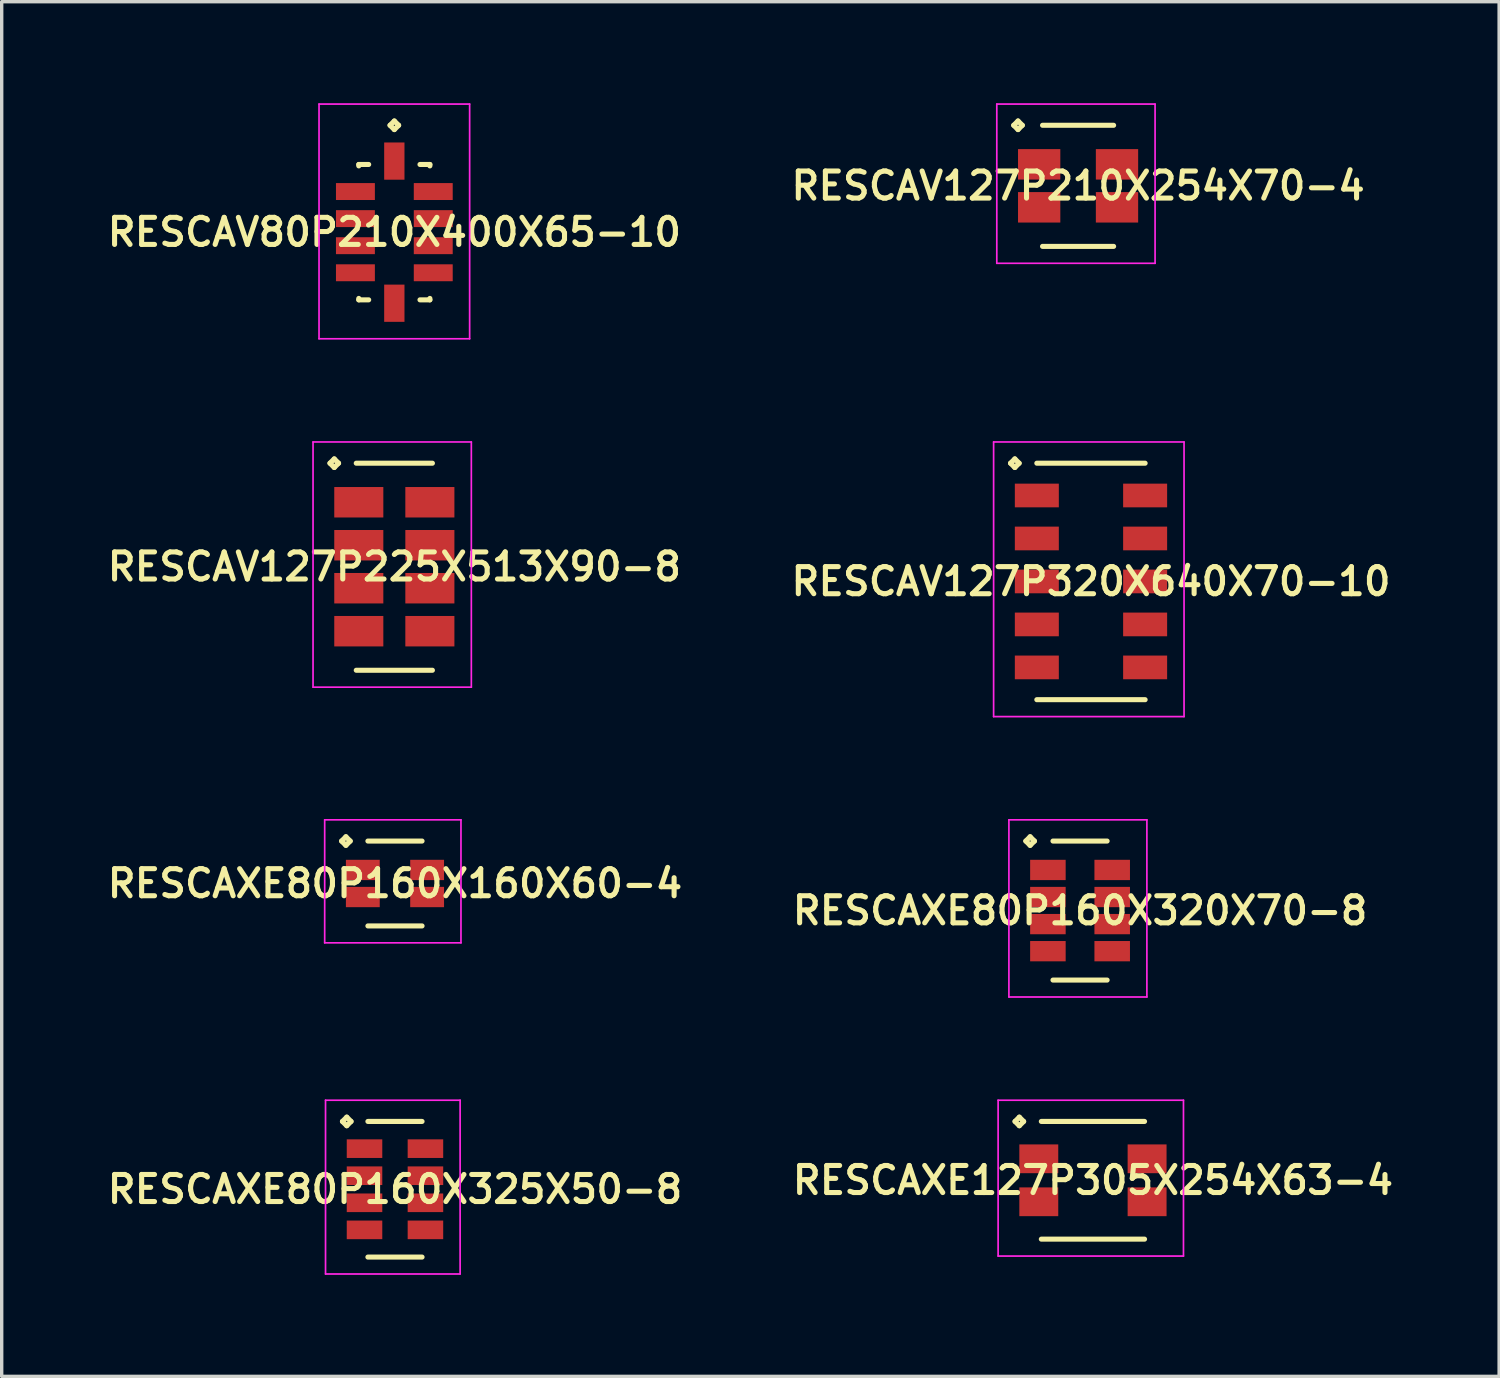
<source format=kicad_pcb>
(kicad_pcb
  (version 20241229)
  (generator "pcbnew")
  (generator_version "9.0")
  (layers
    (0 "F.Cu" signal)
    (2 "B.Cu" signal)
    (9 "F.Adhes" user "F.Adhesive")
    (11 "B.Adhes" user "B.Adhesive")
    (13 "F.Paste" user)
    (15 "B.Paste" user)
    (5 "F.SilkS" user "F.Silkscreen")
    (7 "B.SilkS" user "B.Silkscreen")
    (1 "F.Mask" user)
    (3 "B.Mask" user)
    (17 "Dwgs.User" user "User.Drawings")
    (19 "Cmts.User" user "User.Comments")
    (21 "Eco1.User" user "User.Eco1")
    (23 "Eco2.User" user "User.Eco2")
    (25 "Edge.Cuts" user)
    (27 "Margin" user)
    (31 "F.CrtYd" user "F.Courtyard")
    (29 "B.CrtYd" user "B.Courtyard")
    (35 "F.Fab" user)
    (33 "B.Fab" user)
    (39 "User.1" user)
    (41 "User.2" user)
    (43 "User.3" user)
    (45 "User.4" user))
  (footprint "RESCAXE80P160X320X70-8"
    (layer "F.Cu")
    (at 28.864 23.856)
    (property "Reference" "RESCAXE80P160X320X70-8" (at 0 0 0) (layer "F.SilkS") (effects (font (size 0.8 0.8) (thickness 0.15))))
    (attr smd)
    (fp_line (start -1.602 -2.054) (end -1.475 -2.181) (stroke (width 0.15) (type solid)) (layer "F.SilkS"))
    (fp_line (start -1.475 -2.181) (end -1.348 -2.054) (stroke (width 0.15) (type solid)) (layer "F.SilkS"))
    (fp_line (start -1.475 -1.927) (end -1.602 -2.054) (stroke (width 0.15) (type solid)) (layer "F.SilkS"))
    (fp_line (start -1.348 -2.054) (end -1.475 -1.927) (stroke (width 0.15) (type solid)) (layer "F.SilkS"))
    (fp_line (start -0.8 -2.054) (end 0.8 -2.054) (stroke (width 0.15) (type solid)) (layer "F.SilkS"))
    (fp_line (start -0.8 2.054) (end 0.8 2.054) (stroke (width 0.15) (type solid)) (layer "F.SilkS"))
    (fp_line (start -2.102 -2.681) (end 1.975 -2.681) (stroke (width 0.05) (type solid)) (layer "F.CrtYd"))
    (fp_line (start -2.102 2.554) (end -2.102 -2.681) (stroke (width 0.05) (type solid)) (layer "F.CrtYd"))
    (fp_line (start 1.975 -2.681) (end 1.975 2.554) (stroke (width 0.05) (type solid)) (layer "F.CrtYd"))
    (fp_line (start 1.975 2.554) (end -2.102 2.554) (stroke (width 0.05) (type solid)) (layer "F.CrtYd"))
    (pad "1" smd rect (at -0.95 -1.2) (size 1.05 0.6) (layers "F.Cu" "F.Mask" "F.Paste"))
    (pad "2" smd rect (at -0.95 -0.4) (size 1.05 0.6) (layers "F.Cu" "F.Mask" "F.Paste"))
    (pad "3" smd rect (at -0.95 0.4) (size 1.05 0.6) (layers "F.Cu" "F.Mask" "F.Paste"))
    (pad "4" smd rect (at -0.95 1.2) (size 1.05 0.6) (layers "F.Cu" "F.Mask" "F.Paste"))
    (pad "5" smd rect (at 0.95 1.2) (size 1.05 0.6) (layers "F.Cu" "F.Mask" "F.Paste"))
    (pad "6" smd rect (at 0.95 0.4) (size 1.05 0.6) (layers "F.Cu" "F.Mask" "F.Paste"))
    (pad "7" smd rect (at 0.95 -0.4) (size 1.05 0.6) (layers "F.Cu" "F.Mask" "F.Paste"))
    (pad "8" smd rect (at 0.95 -1.2) (size 1.05 0.6) (layers "F.Cu" "F.Mask" "F.Paste")))
  (footprint "RESCAV80P210X400X65-10"
    (layer "F.Cu")
    (at 8.602 3.81)
    (property "Reference" "RESCAV80P210X400X65-10" (at 0 0 0) (layer "F.SilkS") (effects (font (size 0.8 0.8) (thickness 0.15))))
    (attr smd)
    (fp_line (start -1.05 -2) (end -0.758 -2) (stroke (width 0.15) (type solid)) (layer "F.SilkS"))
    (fp_line (start -1.05 -1.958) (end -1.05 -2) (stroke (width 0.15) (type solid)) (layer "F.SilkS"))
    (fp_line (start -1.05 1.958) (end -1.05 2) (stroke (width 0.15) (type solid)) (layer "F.SilkS"))
    (fp_line (start -1.05 2) (end -0.758 2) (stroke (width 0.15) (type solid)) (layer "F.SilkS"))
    (fp_line (start -0.127 -3.158) (end 0 -3.285) (stroke (width 0.15) (type solid)) (layer "F.SilkS"))
    (fp_line (start 0 -3.285) (end 0.127 -3.158) (stroke (width 0.15) (type solid)) (layer "F.SilkS"))
    (fp_line (start 0 -3.031) (end -0.127 -3.158) (stroke (width 0.15) (type solid)) (layer "F.SilkS"))
    (fp_line (start 0.127 -3.158) (end 0 -3.031) (stroke (width 0.15) (type solid)) (layer "F.SilkS"))
    (fp_line (start 1.05 -2) (end 0.758 -2) (stroke (width 0.15) (type solid)) (layer "F.SilkS"))
    (fp_line (start 1.05 -1.958) (end 1.05 -2) (stroke (width 0.15) (type solid)) (layer "F.SilkS"))
    (fp_line (start 1.05 1.958) (end 1.05 2) (stroke (width 0.15) (type solid)) (layer "F.SilkS"))
    (fp_line (start 1.05 2) (end 0.758 2) (stroke (width 0.15) (type solid)) (layer "F.SilkS"))
    (fp_line (start -2.225 -3.785) (end 2.225 -3.785) (stroke (width 0.05) (type solid)) (layer "F.CrtYd"))
    (fp_line (start -2.225 3.15) (end -2.225 -3.785) (stroke (width 0.05) (type solid)) (layer "F.CrtYd"))
    (fp_line (start 2.225 -3.785) (end 2.225 3.15) (stroke (width 0.05) (type solid)) (layer "F.CrtYd"))
    (fp_line (start 2.225 3.15) (end -2.225 3.15) (stroke (width 0.05) (type solid)) (layer "F.CrtYd"))
    (pad "1" smd rect (at 0 -2.1) (size 0.6 1.1) (layers "F.Cu" "F.Mask" "F.Paste"))
    (pad "2" smd rect (at -1.15 -1.2) (size 1.15 0.5) (layers "F.Cu" "F.Mask" "F.Paste"))
    (pad "3" smd rect (at -1.15 -0.4) (size 1.15 0.5) (layers "F.Cu" "F.Mask" "F.Paste"))
    (pad "4" smd rect (at -1.15 0.4) (size 1.15 0.5) (layers "F.Cu" "F.Mask" "F.Paste"))
    (pad "5" smd rect (at -1.15 1.2) (size 1.15 0.5) (layers "F.Cu" "F.Mask" "F.Paste"))
    (pad "6" smd rect (at 0 2.1) (size 0.6 1.1) (layers "F.Cu" "F.Mask" "F.Paste"))
    (pad "7" smd rect (at 1.15 1.2) (size 1.15 0.5) (layers "F.Cu" "F.Mask" "F.Paste"))
    (pad "8" smd rect (at 1.15 0.4) (size 1.15 0.5) (layers "F.Cu" "F.Mask" "F.Paste"))
    (pad "9" smd rect (at 1.15 -0.4) (size 1.15 0.5) (layers "F.Cu" "F.Mask" "F.Paste"))
    (pad "10" smd rect (at 1.15 -1.2) (size 1.15 0.5) (layers "F.Cu" "F.Mask" "F.Paste")))
  (footprint "RESCAV127P320X640X70-10"
    (layer "F.Cu")
    (at 29.187 14.131)
    (property "Reference" "RESCAV127P320X640X70-10" (at 0 0 0) (layer "F.SilkS") (effects (font (size 0.8 0.8) (thickness 0.15))))
    (attr smd)
    (fp_line (start -2.377 -3.494) (end -2.25 -3.621) (stroke (width 0.15) (type solid)) (layer "F.SilkS"))
    (fp_line (start -2.25 -3.621) (end -2.123 -3.494) (stroke (width 0.15) (type solid)) (layer "F.SilkS"))
    (fp_line (start -2.25 -3.367) (end -2.377 -3.494) (stroke (width 0.15) (type solid)) (layer "F.SilkS"))
    (fp_line (start -2.123 -3.494) (end -2.25 -3.367) (stroke (width 0.15) (type solid)) (layer "F.SilkS"))
    (fp_line (start -1.6 -3.494) (end 1.6 -3.494) (stroke (width 0.15) (type solid)) (layer "F.SilkS"))
    (fp_line (start -1.6 3.494) (end 1.6 3.494) (stroke (width 0.15) (type solid)) (layer "F.SilkS"))
    (fp_line (start -2.877 -4.121) (end 2.75 -4.121) (stroke (width 0.05) (type solid)) (layer "F.CrtYd"))
    (fp_line (start -2.877 3.994) (end -2.877 -4.121) (stroke (width 0.05) (type solid)) (layer "F.CrtYd"))
    (fp_line (start 2.75 -4.121) (end 2.75 3.994) (stroke (width 0.05) (type solid)) (layer "F.CrtYd"))
    (fp_line (start 2.75 3.994) (end -2.877 3.994) (stroke (width 0.05) (type solid)) (layer "F.CrtYd"))
    (pad "1" smd rect (at -1.6 -2.54) (size 1.3 0.7) (layers "F.Cu" "F.Mask" "F.Paste"))
    (pad "2" smd rect (at -1.6 -1.27) (size 1.3 0.7) (layers "F.Cu" "F.Mask" "F.Paste"))
    (pad "3" smd rect (at -1.6 0) (size 1.3 0.7) (layers "F.Cu" "F.Mask" "F.Paste"))
    (pad "4" smd rect (at -1.6 1.27) (size 1.3 0.7) (layers "F.Cu" "F.Mask" "F.Paste"))
    (pad "5" smd rect (at -1.6 2.54) (size 1.3 0.7) (layers "F.Cu" "F.Mask" "F.Paste"))
    (pad "6" smd rect (at 1.6 2.54) (size 1.3 0.7) (layers "F.Cu" "F.Mask" "F.Paste"))
    (pad "7" smd rect (at 1.6 1.27) (size 1.3 0.7) (layers "F.Cu" "F.Mask" "F.Paste"))
    (pad "8" smd rect (at 1.6 0) (size 1.3 0.7) (layers "F.Cu" "F.Mask" "F.Paste"))
    (pad "9" smd rect (at 1.6 -1.27) (size 1.3 0.7) (layers "F.Cu" "F.Mask" "F.Paste"))
    (pad "10" smd rect (at 1.6 -2.54) (size 1.3 0.7) (layers "F.Cu" "F.Mask" "F.Paste")))
  (footprint "RESCAXE80P160X325X50-8"
    (layer "F.Cu")
    (at 8.621 32.091)
    (property "Reference" "RESCAXE80P160X325X50-8" (at 0 0 0) (layer "F.SilkS") (effects (font (size 0.8 0.8) (thickness 0.15))))
    (attr smd)
    (fp_line (start -1.552 -2.004) (end -1.425 -2.131) (stroke (width 0.15) (type solid)) (layer "F.SilkS"))
    (fp_line (start -1.425 -2.131) (end -1.298 -2.004) (stroke (width 0.15) (type solid)) (layer "F.SilkS"))
    (fp_line (start -1.425 -1.877) (end -1.552 -2.004) (stroke (width 0.15) (type solid)) (layer "F.SilkS"))
    (fp_line (start -1.298 -2.004) (end -1.425 -1.877) (stroke (width 0.15) (type solid)) (layer "F.SilkS"))
    (fp_line (start -0.8 -2.004) (end 0.8 -2.004) (stroke (width 0.15) (type solid)) (layer "F.SilkS"))
    (fp_line (start -0.8 2.004) (end 0.8 2.004) (stroke (width 0.15) (type solid)) (layer "F.SilkS"))
    (fp_line (start -2.052 -2.631) (end 1.925 -2.631) (stroke (width 0.05) (type solid)) (layer "F.CrtYd"))
    (fp_line (start -2.052 2.504) (end -2.052 -2.631) (stroke (width 0.05) (type solid)) (layer "F.CrtYd"))
    (fp_line (start 1.925 -2.631) (end 1.925 2.504) (stroke (width 0.05) (type solid)) (layer "F.CrtYd"))
    (fp_line (start 1.925 2.504) (end -2.052 2.504) (stroke (width 0.05) (type solid)) (layer "F.CrtYd"))
    (pad "1" smd rect (at -0.9 -1.2) (size 1.05 0.55) (layers "F.Cu" "F.Mask" "F.Paste"))
    (pad "2" smd rect (at -0.9 -0.4) (size 1.05 0.55) (layers "F.Cu" "F.Mask" "F.Paste"))
    (pad "3" smd rect (at -0.9 0.4) (size 1.05 0.55) (layers "F.Cu" "F.Mask" "F.Paste"))
    (pad "4" smd rect (at -0.9 1.2) (size 1.05 0.55) (layers "F.Cu" "F.Mask" "F.Paste"))
    (pad "5" smd rect (at 0.9 1.2) (size 1.05 0.55) (layers "F.Cu" "F.Mask" "F.Paste"))
    (pad "6" smd rect (at 0.9 0.4) (size 1.05 0.55) (layers "F.Cu" "F.Mask" "F.Paste"))
    (pad "7" smd rect (at 0.9 -0.4) (size 1.05 0.55) (layers "F.Cu" "F.Mask" "F.Paste"))
    (pad "8" smd rect (at 0.9 -1.2) (size 1.05 0.55) (layers "F.Cu" "F.Mask" "F.Paste")))
  (footprint "RESCAV127P225X513X90-8"
    (layer "F.Cu")
    (at 8.602 13.696)
    (property "Reference" "RESCAV127P225X513X90-8" (at 0 0 0) (layer "F.SilkS") (effects (font (size 0.8 0.8) (thickness 0.15))))
    (attr smd)
    (fp_line (start -1.902 -3.059) (end -1.775 -3.186) (stroke (width 0.15) (type solid)) (layer "F.SilkS"))
    (fp_line (start -1.775 -3.186) (end -1.648 -3.059) (stroke (width 0.15) (type solid)) (layer "F.SilkS"))
    (fp_line (start -1.775 -2.932) (end -1.902 -3.059) (stroke (width 0.15) (type solid)) (layer "F.SilkS"))
    (fp_line (start -1.648 -3.059) (end -1.775 -2.932) (stroke (width 0.15) (type solid)) (layer "F.SilkS"))
    (fp_line (start -1.125 -3.059) (end 1.125 -3.059) (stroke (width 0.15) (type solid)) (layer "F.SilkS"))
    (fp_line (start -1.125 3.059) (end 1.125 3.059) (stroke (width 0.15) (type solid)) (layer "F.SilkS"))
    (fp_line (start -2.402 -3.686) (end 2.275 -3.686) (stroke (width 0.05) (type solid)) (layer "F.CrtYd"))
    (fp_line (start -2.402 3.559) (end -2.402 -3.686) (stroke (width 0.05) (type solid)) (layer "F.CrtYd"))
    (fp_line (start 2.275 -3.686) (end 2.275 3.559) (stroke (width 0.05) (type solid)) (layer "F.CrtYd"))
    (fp_line (start 2.275 3.559) (end -2.402 3.559) (stroke (width 0.05) (type solid)) (layer "F.CrtYd"))
    (pad "1" smd rect (at -1.05 -1.905) (size 1.45 0.9) (layers "F.Cu" "F.Mask" "F.Paste"))
    (pad "2" smd rect (at -1.05 -0.635) (size 1.45 0.9) (layers "F.Cu" "F.Mask" "F.Paste"))
    (pad "3" smd rect (at -1.05 0.635) (size 1.45 0.9) (layers "F.Cu" "F.Mask" "F.Paste"))
    (pad "4" smd rect (at -1.05 1.905) (size 1.45 0.9) (layers "F.Cu" "F.Mask" "F.Paste"))
    (pad "5" smd rect (at 1.05 1.905) (size 1.45 0.9) (layers "F.Cu" "F.Mask" "F.Paste"))
    (pad "6" smd rect (at 1.05 0.635) (size 1.45 0.9) (layers "F.Cu" "F.Mask" "F.Paste"))
    (pad "7" smd rect (at 1.05 -0.635) (size 1.45 0.9) (layers "F.Cu" "F.Mask" "F.Paste"))
    (pad "8" smd rect (at 1.05 -1.905) (size 1.45 0.9) (layers "F.Cu" "F.Mask" "F.Paste")))
  (footprint "RESCAXE80P160X160X60-4"
    (layer "F.Cu")
    (at 8.621 23.056)
    (property "Reference" "RESCAXE80P160X160X60-4" (at 0 0 0) (layer "F.SilkS") (effects (font (size 0.8 0.8) (thickness 0.15))))
    (attr smd)
    (fp_line (start -1.577 -1.254) (end -1.45 -1.381) (stroke (width 0.15) (type solid)) (layer "F.SilkS"))
    (fp_line (start -1.45 -1.381) (end -1.323 -1.254) (stroke (width 0.15) (type solid)) (layer "F.SilkS"))
    (fp_line (start -1.45 -1.127) (end -1.577 -1.254) (stroke (width 0.15) (type solid)) (layer "F.SilkS"))
    (fp_line (start -1.323 -1.254) (end -1.45 -1.127) (stroke (width 0.15) (type solid)) (layer "F.SilkS"))
    (fp_line (start -0.8 -1.254) (end 0.8 -1.254) (stroke (width 0.15) (type solid)) (layer "F.SilkS"))
    (fp_line (start -0.8 1.254) (end 0.8 1.254) (stroke (width 0.15) (type solid)) (layer "F.SilkS"))
    (fp_line (start -2.077 -1.881) (end 1.95 -1.881) (stroke (width 0.05) (type solid)) (layer "F.CrtYd"))
    (fp_line (start -2.077 1.754) (end -2.077 -1.881) (stroke (width 0.05) (type solid)) (layer "F.CrtYd"))
    (fp_line (start 1.95 -1.881) (end 1.95 1.754) (stroke (width 0.05) (type solid)) (layer "F.CrtYd"))
    (fp_line (start 1.95 1.754) (end -2.077 1.754) (stroke (width 0.05) (type solid)) (layer "F.CrtYd"))
    (pad "1" smd rect (at -0.95 -0.4) (size 1 0.6) (layers "F.Cu" "F.Mask" "F.Paste"))
    (pad "2" smd rect (at -0.95 0.4) (size 1 0.6) (layers "F.Cu" "F.Mask" "F.Paste"))
    (pad "3" smd rect (at 0.95 0.4) (size 1 0.6) (layers "F.Cu" "F.Mask" "F.Paste"))
    (pad "4" smd rect (at 0.95 -0.4) (size 1 0.6) (layers "F.Cu" "F.Mask" "F.Paste")))
  (footprint "RESCAV127P210X254X70-4"
    (layer "F.Cu")
    (at 28.806 2.441)
    (property "Reference" "RESCAV127P210X254X70-4" (at 0 0 0) (layer "F.SilkS") (effects (font (size 0.8 0.8) (thickness 0.15))))
    (attr smd)
    (fp_line (start -1.902 -1.789) (end -1.775 -1.916) (stroke (width 0.15) (type solid)) (layer "F.SilkS"))
    (fp_line (start -1.775 -1.916) (end -1.648 -1.789) (stroke (width 0.15) (type solid)) (layer "F.SilkS"))
    (fp_line (start -1.775 -1.662) (end -1.902 -1.789) (stroke (width 0.15) (type solid)) (layer "F.SilkS"))
    (fp_line (start -1.648 -1.789) (end -1.775 -1.662) (stroke (width 0.15) (type solid)) (layer "F.SilkS"))
    (fp_line (start -1.05 -1.789) (end 1.05 -1.789) (stroke (width 0.15) (type solid)) (layer "F.SilkS"))
    (fp_line (start -1.05 1.789) (end 1.05 1.789) (stroke (width 0.15) (type solid)) (layer "F.SilkS"))
    (fp_line (start -2.402 -2.416) (end 2.275 -2.416) (stroke (width 0.05) (type solid)) (layer "F.CrtYd"))
    (fp_line (start -2.402 2.289) (end -2.402 -2.416) (stroke (width 0.05) (type solid)) (layer "F.CrtYd"))
    (fp_line (start 2.275 -2.416) (end 2.275 2.289) (stroke (width 0.05) (type solid)) (layer "F.CrtYd"))
    (fp_line (start 2.275 2.289) (end -2.402 2.289) (stroke (width 0.05) (type solid)) (layer "F.CrtYd"))
    (pad "1" smd rect (at -1.15 -0.635) (size 1.25 0.9) (layers "F.Cu" "F.Mask" "F.Paste"))
    (pad "2" smd rect (at -1.15 0.635) (size 1.25 0.9) (layers "F.Cu" "F.Mask" "F.Paste"))
    (pad "3" smd rect (at 1.15 0.635) (size 1.25 0.9) (layers "F.Cu" "F.Mask" "F.Paste"))
    (pad "4" smd rect (at 1.15 -0.635) (size 1.25 0.9) (layers "F.Cu" "F.Mask" "F.Paste")))
  (footprint "RESCAXE127P305X254X63-4"
    (layer "F.Cu")
    (at 29.245 31.826)
    (property "Reference" "RESCAXE127P305X254X63-4" (at 0 0 0) (layer "F.SilkS") (effects (font (size 0.8 0.8) (thickness 0.15))))
    (attr smd)
    (fp_line (start -2.302 -1.739) (end -2.175 -1.866) (stroke (width 0.15) (type solid)) (layer "F.SilkS"))
    (fp_line (start -2.175 -1.866) (end -2.048 -1.739) (stroke (width 0.15) (type solid)) (layer "F.SilkS"))
    (fp_line (start -2.175 -1.612) (end -2.302 -1.739) (stroke (width 0.15) (type solid)) (layer "F.SilkS"))
    (fp_line (start -2.048 -1.739) (end -2.175 -1.612) (stroke (width 0.15) (type solid)) (layer "F.SilkS"))
    (fp_line (start -1.525 -1.739) (end 1.525 -1.739) (stroke (width 0.15) (type solid)) (layer "F.SilkS"))
    (fp_line (start -1.525 1.739) (end 1.525 1.739) (stroke (width 0.15) (type solid)) (layer "F.SilkS"))
    (fp_line (start -2.802 -2.366) (end 2.675 -2.366) (stroke (width 0.05) (type solid)) (layer "F.CrtYd"))
    (fp_line (start -2.802 2.239) (end -2.802 -2.366) (stroke (width 0.05) (type solid)) (layer "F.CrtYd"))
    (fp_line (start 2.675 -2.366) (end 2.675 2.239) (stroke (width 0.05) (type solid)) (layer "F.CrtYd"))
    (fp_line (start 2.675 2.239) (end -2.802 2.239) (stroke (width 0.05) (type solid)) (layer "F.CrtYd"))
    (pad "1" smd rect (at -1.6 -0.635) (size 1.15 0.85) (layers "F.Cu" "F.Mask" "F.Paste"))
    (pad "2" smd rect (at -1.6 0.635) (size 1.15 0.85) (layers "F.Cu" "F.Mask" "F.Paste"))
    (pad "3" smd rect (at 1.6 0.635) (size 1.15 0.85) (layers "F.Cu" "F.Mask" "F.Paste"))
    (pad "4" smd rect (at 1.6 -0.635) (size 1.15 0.85) (layers "F.Cu" "F.Mask" "F.Paste")))
  (gr_rect
    (start -3 -3)
    (end 41.247 37.62)
    (stroke (width 0.1) (type default))
    (fill no)
    (layer "Edge.Cuts")))
</source>
